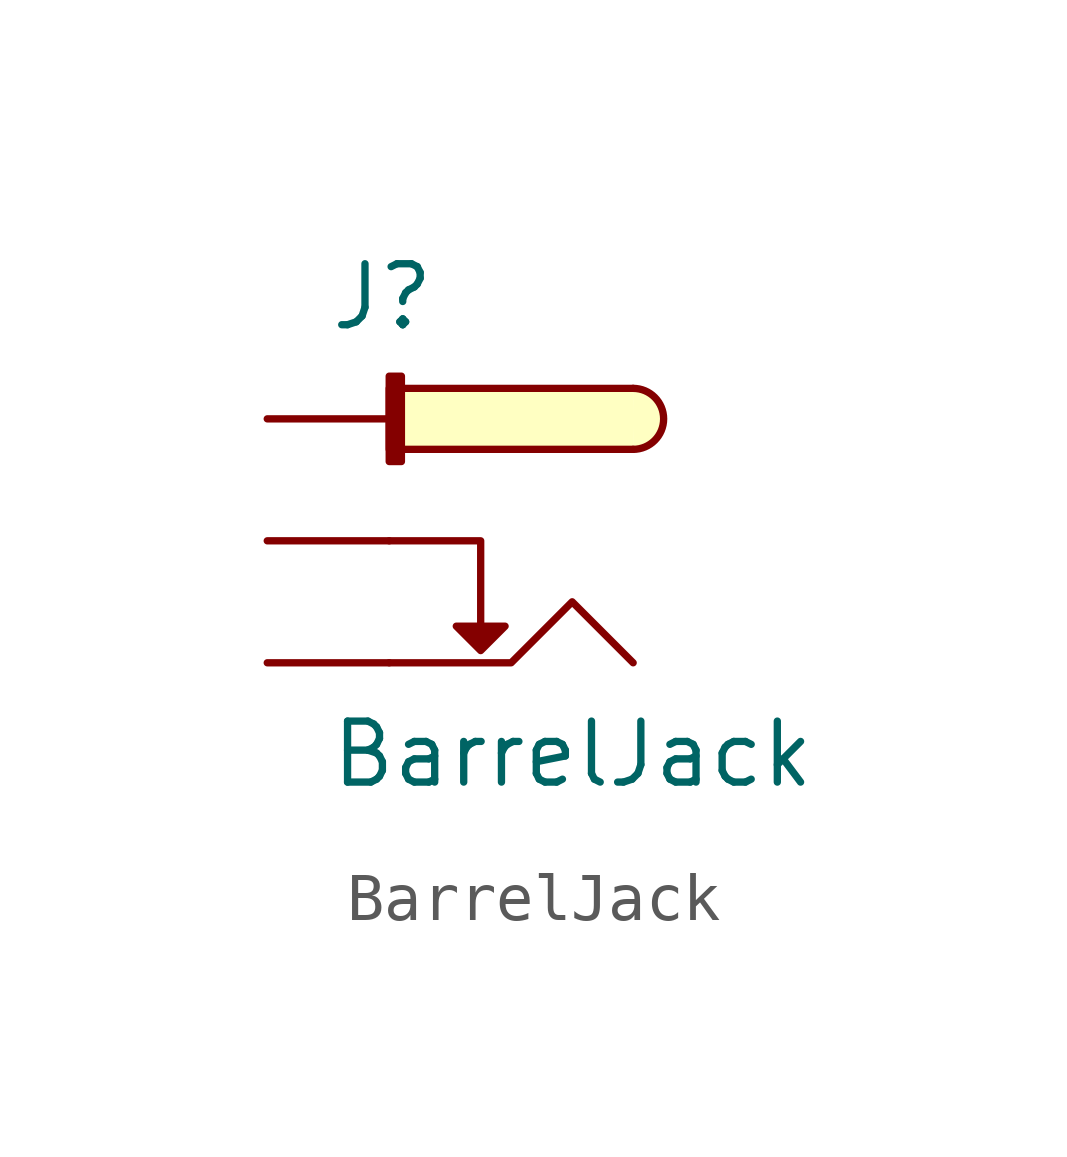
<source format=kicad_sym>
(kicad_symbol_lib
  (version 20211014)
  (generator kicad_symbol_editor)
  (symbol "BarrelJack"
    (pin_numbers hide)
    (pin_names
      (offset 1.016) hide)
    (property "Reference" "J"
      (at 1.27 2.54 0)
      (effects (font (size 1.27 1.27)) (justify left)))
    (property "Value" "BarrelJack"
      (at 1.27 -6.985 0)
      (effects (font (size 1.27 1.27)) (justify left)))
    (symbol "BarrelJack_0_1"
      (polyline (pts (xy 2.54 -2.54) (xy 4.445 -2.54) (xy 4.445 -4.445)) (stroke (width 0) (type default) (color 0 0 0 0)) (fill (type none)))
      (polyline (pts (xy 2.54 -5.08) (xy 5.08 -5.08) (xy 6.35 -3.81) (xy 7.62 -5.08)) (stroke (width 0) (type default) (color 0 0 0 0)) (fill (type none)))
      (polyline (pts (xy 4.445 -4.826) (xy 3.937 -4.318) (xy 4.953 -4.318) (xy 4.445 -4.826)) (stroke (width 0) (type default) (color 0 0 0 0)) (fill (type outline)))
      (polyline (pts (xy 7.62 0.635) (xy 2.54 0.635) (xy 2.54 -0.635) (xy 7.62 -0.635)) (stroke (width 0) (type default) (color 0 0 0 0)) (fill (type background)))
      (polyline (pts (xy 2.54 0.889) (xy 2.794 0.889) (xy 2.794 -0.889) (xy 2.54 -0.889) (xy 2.54 0.889)) (stroke (width 0) (type default) (color 0 0 0 0)) (fill (type outline)))
      (arc (start 7.62 -0.635) (mid 8.255 0) (end 7.62 0.635) (stroke (width 0) (type default) (color 0 0 0 0)) (fill (type background))))
    (symbol "BarrelJack_1_1"
      (pin passive line (at 0 0 0) (length 2.54) (name "TIP" (effects (font (size 1.27 1.27)))) (number "1" (effects (font (size 1.27 1.27)))))
      (pin passive line (at 0 -2.54 0) (length 2.54) (name "SW" (effects (font (size 1.27 1.27)))) (number "2" (effects (font (size 1.27 1.27)))))
      (pin passive line (at 0 -5.08 0) (length 2.54) (name "RING" (effects (font (size 1.27 1.27)))) (number "3" (effects (font (size 1.27 1.27))))))))
</source>
